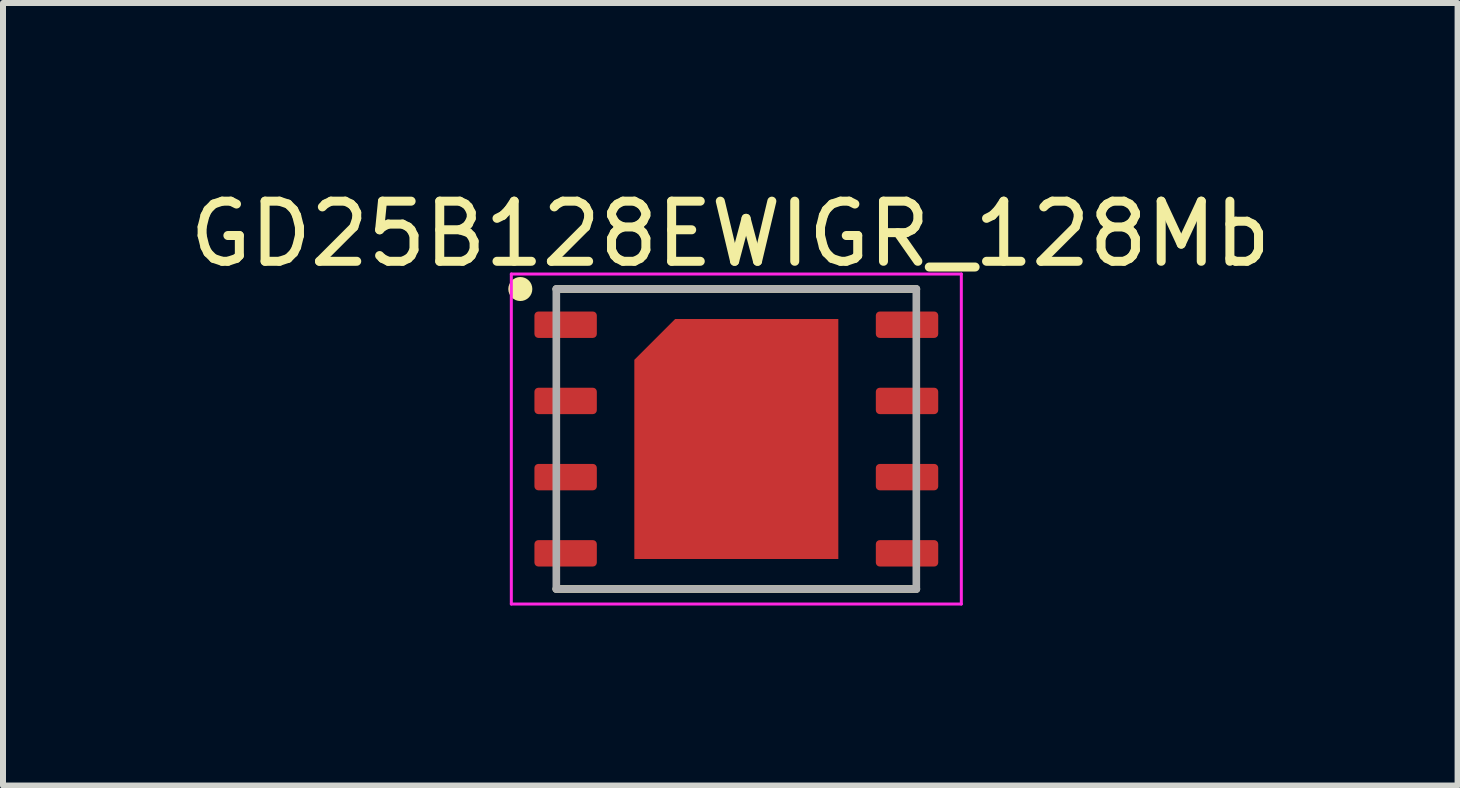
<source format=kicad_pcb>
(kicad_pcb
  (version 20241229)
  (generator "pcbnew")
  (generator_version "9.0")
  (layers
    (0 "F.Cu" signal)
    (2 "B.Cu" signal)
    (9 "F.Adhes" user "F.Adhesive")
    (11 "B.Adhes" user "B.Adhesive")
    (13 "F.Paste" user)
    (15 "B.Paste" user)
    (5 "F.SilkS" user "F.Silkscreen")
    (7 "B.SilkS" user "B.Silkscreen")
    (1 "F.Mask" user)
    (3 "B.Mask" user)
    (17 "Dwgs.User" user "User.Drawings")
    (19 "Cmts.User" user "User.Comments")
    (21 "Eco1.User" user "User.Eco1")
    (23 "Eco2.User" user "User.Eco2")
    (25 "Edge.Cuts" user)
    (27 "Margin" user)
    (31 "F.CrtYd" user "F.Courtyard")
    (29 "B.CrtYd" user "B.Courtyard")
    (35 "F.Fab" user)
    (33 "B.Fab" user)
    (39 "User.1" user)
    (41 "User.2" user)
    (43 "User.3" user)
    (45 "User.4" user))
  (footprint "GD25B128EWIGR_128Mb"
    (layer "F.Cu")
    (at 9.222 4.267)
    (property "Reference" "GD25B128EWIGR_128Mb" (at -0.1 -3.418 0) (layer "F.SilkS") (effects (font (size 1.002 1.002) (thickness 0.15))))
    (attr smd)
    (fp_line (start -3 -2.5) (end 3 -2.5) (stroke (width 0.127) (type solid)) (layer "F.SilkS"))
    (fp_line (start -3 2.5) (end 3 2.5) (stroke (width 0.127) (type solid)) (layer "F.SilkS"))
    (fp_circle (center -3.6 -2.5) (end -3.4 -2.5) (stroke (width 0) (type solid)) (fill yes) (layer "F.SilkS"))
    (fp_poly (pts (xy -1.078 -1.36) (xy 1.075 -1.36) (xy 1.075 1.364) (xy -1.078 1.364)) (stroke (width 0.01) (type solid)) (fill yes) (layer "F.Paste"))
    (fp_line (start -3.75 -2.75) (end -3.75 2.75) (stroke (width 0.05) (type solid)) (layer "F.CrtYd"))
    (fp_line (start -3.75 2.75) (end 3.75 2.75) (stroke (width 0.05) (type solid)) (layer "F.CrtYd"))
    (fp_line (start 3.75 -2.75) (end -3.75 -2.75) (stroke (width 0.05) (type solid)) (layer "F.CrtYd"))
    (fp_line (start 3.75 2.75) (end 3.75 -2.75) (stroke (width 0.05) (type solid)) (layer "F.CrtYd"))
    (fp_line (start -3 -2.5) (end -3 2.5) (stroke (width 0.127) (type solid)) (layer "F.Fab"))
    (fp_line (start -3 2.5) (end 3 2.5) (stroke (width 0.127) (type solid)) (layer "F.Fab"))
    (fp_line (start 3 -2.5) (end -3 -2.5) (stroke (width 0.127) (type solid)) (layer "F.Fab"))
    (fp_line (start 3 -2.5) (end 3 2.5) (stroke (width 0.127) (type solid)) (layer "F.Fab"))
    (pad "1" smd roundrect (at -2.845 -1.905) (size 1.04 0.44) (layers "F.Cu" "F.Mask" "F.Paste") (roundrect_rratio 0.15))
    (pad "2" smd roundrect (at -2.845 -0.635) (size 1.04 0.44) (layers "F.Cu" "F.Mask" "F.Paste") (roundrect_rratio 0.15))
    (pad "3" smd roundrect (at -2.845 0.635) (size 1.04 0.44) (layers "F.Cu" "F.Mask" "F.Paste") (roundrect_rratio 0.15))
    (pad "4" smd roundrect (at -2.845 1.905) (size 1.04 0.44) (layers "F.Cu" "F.Mask" "F.Paste") (roundrect_rratio 0.15))
    (pad "5" smd roundrect (at 2.845 1.905) (size 1.04 0.44) (layers "F.Cu" "F.Mask" "F.Paste") (roundrect_rratio 0.15))
    (pad "6" smd roundrect (at 2.845 0.635) (size 1.04 0.44) (layers "F.Cu" "F.Mask" "F.Paste") (roundrect_rratio 0.15))
    (pad "7" smd roundrect (at 2.845 -0.635) (size 1.04 0.44) (layers "F.Cu" "F.Mask" "F.Paste") (roundrect_rratio 0.15))
    (pad "8" smd roundrect (at 2.845 -1.905) (size 1.04 0.44) (layers "F.Cu" "F.Mask" "F.Paste") (roundrect_rratio 0.15))
    (pad "9" smd roundrect (at 0 0 90) (size 4 3.4) (layers "F.Cu" "F.Mask") (roundrect_rratio 0) (chamfer_ratio 0.2) (chamfer top_right)))
  (gr_rect
    (start -3 -3)
    (end 21.243 10.042)
    (stroke (width 0.1) (type default))
    (fill no)
    (layer "Edge.Cuts")))
</source>
